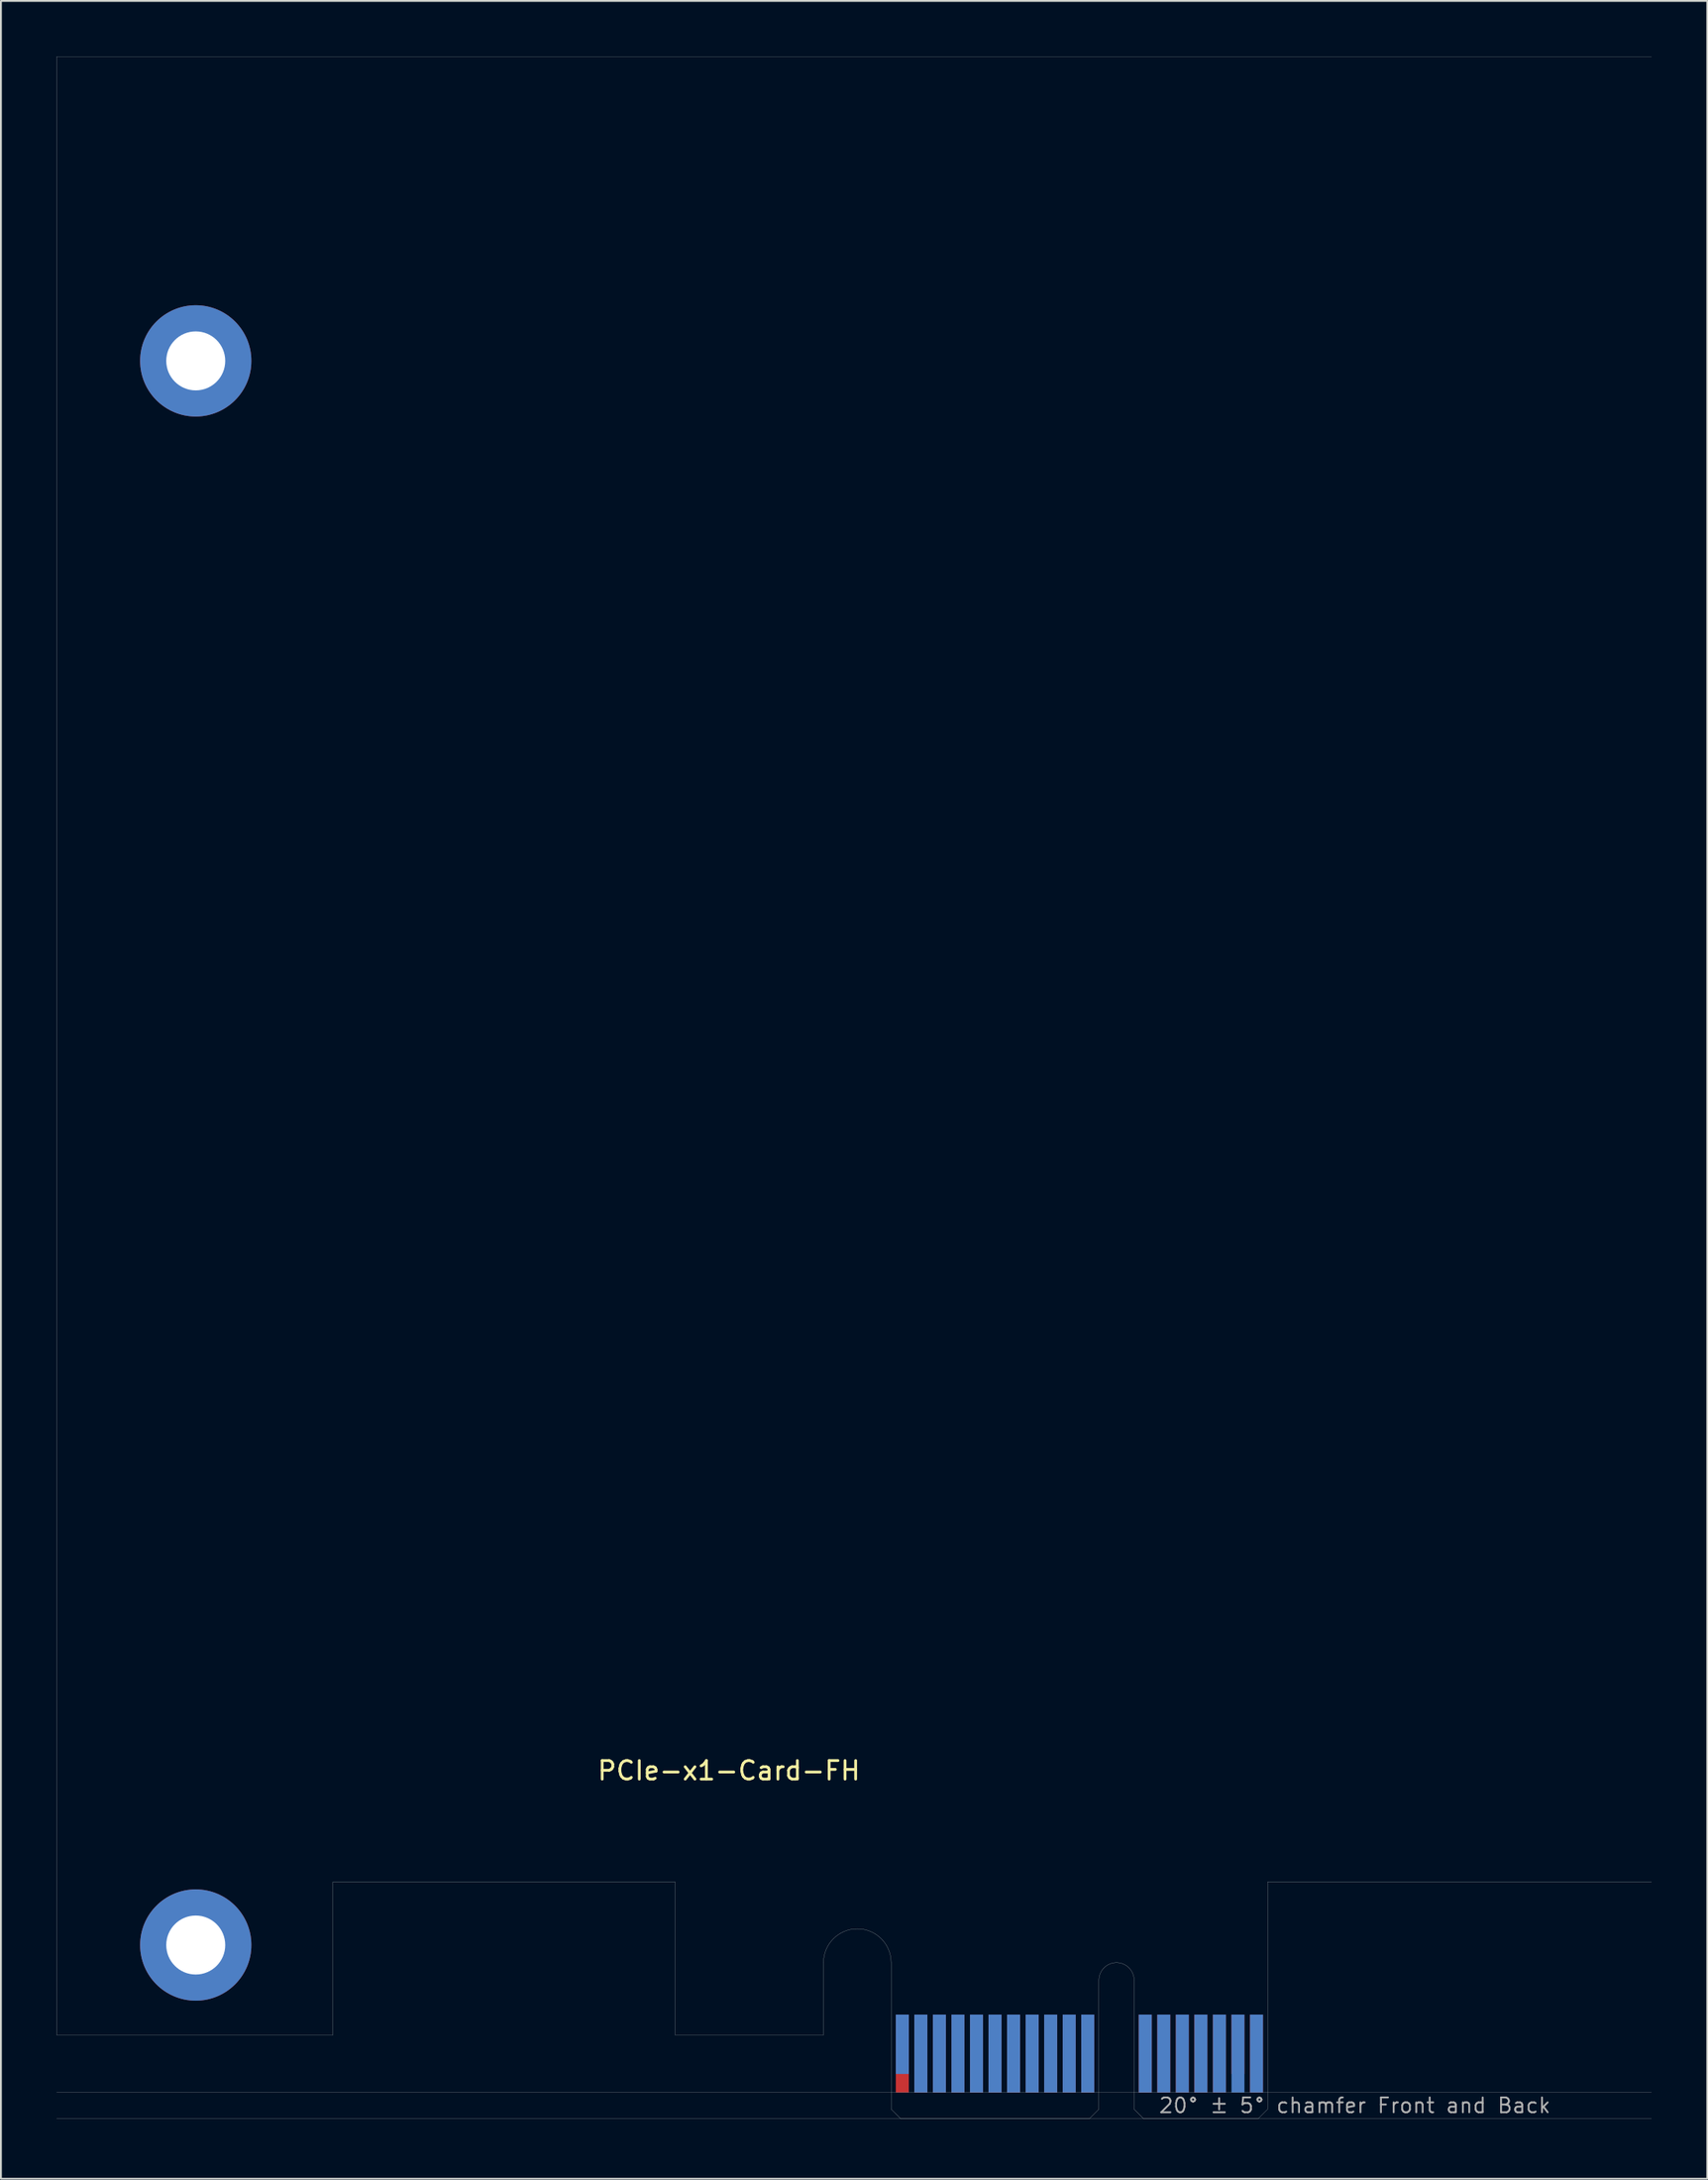
<source format=kicad_pcb>
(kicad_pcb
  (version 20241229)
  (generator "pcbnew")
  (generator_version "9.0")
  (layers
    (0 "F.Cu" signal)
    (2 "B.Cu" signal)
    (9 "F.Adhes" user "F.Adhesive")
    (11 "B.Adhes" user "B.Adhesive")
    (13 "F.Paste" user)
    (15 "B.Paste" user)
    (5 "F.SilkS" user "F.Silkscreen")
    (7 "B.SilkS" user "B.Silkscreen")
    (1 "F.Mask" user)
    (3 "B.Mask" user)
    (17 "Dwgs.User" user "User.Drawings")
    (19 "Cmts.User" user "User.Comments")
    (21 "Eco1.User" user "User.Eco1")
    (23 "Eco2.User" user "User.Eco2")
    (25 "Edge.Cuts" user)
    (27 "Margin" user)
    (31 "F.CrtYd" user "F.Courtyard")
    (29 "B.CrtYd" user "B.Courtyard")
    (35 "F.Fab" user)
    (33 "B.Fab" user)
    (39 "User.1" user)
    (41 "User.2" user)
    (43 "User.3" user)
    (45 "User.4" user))
  (footprint "PCIe-x1-Card-FH"
    (layer "F.Cu")
    (at 45.005 111.155)
    (property "Reference" "PCIe-x1-Card-FH" (at -8.75 -18.75 0) (layer "F.SilkS") (effects (font (size 1 1) (thickness 0.15))))
    (attr smd)
    (fp_poly (pts (xy -3.65 -4.5) (xy -11.65 -4.5) (xy -11.65 -7.95) (xy -3.65 -7.95)) (stroke (width 0.1) (type solid)) (fill yes) (layer "F.Mask"))
    (fp_poly (pts (xy 11.2 -5.45) (xy 0 -5.45) (xy 0 0) (xy 11.2 0)) (stroke (width 0.1) (type solid)) (fill yes) (layer "F.Mask"))
    (fp_poly (pts (xy 20.3 -5.45) (xy 13.1 -5.45) (xy 13.1 0) (xy 20.3 0)) (stroke (width 0.1) (type solid)) (fill yes) (layer "F.Mask"))
    (fp_poly (pts (xy -3.65 -7.95) (xy -11.65 -7.95) (xy -11.65 -4.5) (xy -3.65 -4.5)) (stroke (width 0.1) (type solid)) (fill yes) (layer "B.Mask"))
    (fp_poly (pts (xy 11.2 0) (xy 0 0) (xy 0 -5.45) (xy 11.2 -5.45)) (stroke (width 0.1) (type solid)) (fill yes) (layer "B.Mask"))
    (fp_poly (pts (xy 20.3 -5.45) (xy 13.1 -5.45) (xy 13.1 0) (xy 20.3 0)) (stroke (width 0.1) (type solid)) (fill yes) (layer "B.Mask"))
    (fp_line (start -45 -111.15) (end 41 -111.15) (stroke (width 0.01) (type solid)) (layer "Edge.Cuts"))
    (fp_line (start -45 -4.5) (end -45 -111.15) (stroke (width 0.01) (type solid)) (layer "Edge.Cuts"))
    (fp_line (start -30.1 -12.75) (end -30.1 -4.5) (stroke (width 0.01) (type solid)) (layer "Edge.Cuts"))
    (fp_line (start -30.1 -4.5) (end -45 -4.5) (stroke (width 0.01) (type solid)) (layer "Edge.Cuts"))
    (fp_line (start -11.65 -12.75) (end -30.1 -12.75) (stroke (width 0.01) (type solid)) (layer "Edge.Cuts"))
    (fp_line (start -11.65 -4.5) (end -11.65 -12.75) (stroke (width 0.01) (type solid)) (layer "Edge.Cuts"))
    (fp_line (start -3.65 -4.5) (end -11.65 -4.5) (stroke (width 0.01) (type solid)) (layer "Edge.Cuts"))
    (fp_line (start -3.65 -4.5) (end -3.65 -8.4) (stroke (width 0.01) (type solid)) (layer "Edge.Cuts"))
    (fp_line (start 0 -0.5) (end 0 -8.4) (stroke (width 0.01) (type solid)) (layer "Edge.Cuts"))
    (fp_line (start 0.5 0) (end 0 -0.5) (stroke (width 0.01) (type solid)) (layer "Edge.Cuts"))
    (fp_line (start 0.5 0) (end 10.7 0) (stroke (width 0.01) (type solid)) (layer "Edge.Cuts"))
    (fp_line (start 10.7 0) (end 11.2 -0.5) (stroke (width 0.01) (type solid)) (layer "Edge.Cuts"))
    (fp_line (start 11.2 -0.5) (end 11.2 -7.45) (stroke (width 0.01) (type solid)) (layer "Edge.Cuts"))
    (fp_line (start 13.1 -0.5) (end 13.1 -7.45) (stroke (width 0.01) (type solid)) (layer "Edge.Cuts"))
    (fp_line (start 13.6 0) (end 13.1 -0.5) (stroke (width 0.01) (type solid)) (layer "Edge.Cuts"))
    (fp_line (start 19.8 0) (end 13.6 0) (stroke (width 0.01) (type solid)) (layer "Edge.Cuts"))
    (fp_line (start 19.8 0) (end 20.3 -0.5) (stroke (width 0.01) (type solid)) (layer "Edge.Cuts"))
    (fp_line (start 20.3 -12.75) (end 41 -12.75) (stroke (width 0.01) (type solid)) (layer "Edge.Cuts"))
    (fp_line (start 20.3 -0.5) (end 20.3 -12.75) (stroke (width 0.01) (type solid)) (layer "Edge.Cuts"))
    (fp_arc (start -3.65 -8.4) (mid -1.825 -10.225) (end 0 -8.4) (stroke (width 0.01) (type solid)) (layer "Edge.Cuts"))
    (fp_arc (start 11.2 -7.45) (mid 12.15 -8.4) (end 13.1 -7.45) (stroke (width 0.01) (type solid)) (layer "Edge.Cuts"))
    (fp_line (start -45 -1.4) (end 41 -1.4) (stroke (width 0.01) (type solid)) (layer "F.Fab"))
    (fp_line (start 41 0) (end -45 0) (stroke (width 0.01) (type solid)) (layer "F.Fab"))
    (fp_text user "20° ± 5° chamfer Front and Back" (at 25 -0.7 0) (layer "F.Fab") (effects (font (size 0.8 0.8) (thickness 0.1))))
    (pad "A1" smd rect (at 0.6 -4) (size 0.7 3.2) (layers "B.Cu"))
    (pad "A2" smd rect (at 1.6 -3.5) (size 0.7 4.2) (layers "B.Cu"))
    (pad "A3" smd rect (at 2.6 -3.5) (size 0.7 4.2) (layers "B.Cu"))
    (pad "A4" smd rect (at 3.6 -3.5) (size 0.7 4.2) (layers "B.Cu"))
    (pad "A5" smd rect (at 4.6 -3.5) (size 0.7 4.2) (layers "B.Cu"))
    (pad "A6" smd rect (at 5.6 -3.5) (size 0.7 4.2) (layers "B.Cu"))
    (pad "A7" smd rect (at 6.6 -3.5) (size 0.7 4.2) (layers "B.Cu"))
    (pad "A8" smd rect (at 7.6 -3.5) (size 0.7 4.2) (layers "B.Cu"))
    (pad "A9" smd rect (at 8.6 -3.5) (size 0.7 4.2) (layers "B.Cu"))
    (pad "A10" smd rect (at 9.6 -3.5) (size 0.7 4.2) (layers "B.Cu"))
    (pad "A11" smd rect (at 10.6 -3.5) (size 0.7 4.2) (layers "B.Cu"))
    (pad "A12" smd rect (at 13.7 -3.5) (size 0.7 4.2) (layers "B.Cu"))
    (pad "A13" smd rect (at 14.7 -3.5) (size 0.7 4.2) (layers "B.Cu"))
    (pad "A14" smd rect (at 15.7 -3.5) (size 0.7 4.2) (layers "B.Cu"))
    (pad "A15" smd rect (at 16.7 -3.5) (size 0.7 4.2) (layers "B.Cu"))
    (pad "A16" smd rect (at 17.7 -3.5) (size 0.7 4.2) (layers "B.Cu"))
    (pad "A17" smd rect (at 18.7 -3.5) (size 0.7 4.2) (layers "B.Cu"))
    (pad "A18" smd rect (at 19.7 -3.5) (size 0.7 4.2) (layers "B.Cu"))
    (pad "B1" smd rect (at 0.6 -3.5) (size 0.7 4.2) (layers "F.Cu"))
    (pad "B2" smd rect (at 1.6 -3.5) (size 0.7 4.2) (layers "F.Cu"))
    (pad "B3" smd rect (at 2.6 -3.5) (size 0.7 4.2) (layers "F.Cu"))
    (pad "B4" smd rect (at 3.6 -3.5) (size 0.7 4.2) (layers "F.Cu"))
    (pad "B5" smd rect (at 4.6 -3.5) (size 0.7 4.2) (layers "F.Cu"))
    (pad "B6" smd rect (at 5.6 -3.5) (size 0.7 4.2) (layers "F.Cu"))
    (pad "B7" smd rect (at 6.6 -3.5) (size 0.7 4.2) (layers "F.Cu"))
    (pad "B8" smd rect (at 7.6 -3.5) (size 0.7 4.2) (layers "F.Cu"))
    (pad "B9" smd rect (at 8.6 -3.5) (size 0.7 4.2) (layers "F.Cu"))
    (pad "B10" smd rect (at 9.6 -3.5) (size 0.7 4.2) (layers "F.Cu"))
    (pad "B11" smd rect (at 10.6 -3.5) (size 0.7 4.2) (layers "F.Cu"))
    (pad "B12" smd rect (at 13.7 -3.5) (size 0.7 4.2) (layers "F.Cu"))
    (pad "B13" smd rect (at 14.7 -3.5) (size 0.7 4.2) (layers "F.Cu"))
    (pad "B14" smd rect (at 15.7 -3.5) (size 0.7 4.2) (layers "F.Cu"))
    (pad "B15" smd rect (at 16.7 -3.5) (size 0.7 4.2) (layers "F.Cu"))
    (pad "B16" smd rect (at 17.7 -3.5) (size 0.7 4.2) (layers "F.Cu"))
    (pad "B17" smd rect (at 18.7 -4) (size 0.7 3.2) (layers "F.Cu"))
    (pad "B18" smd rect (at 19.7 -3.5) (size 0.7 4.2) (layers "F.Cu"))
    (pad "G1" thru_hole circle (at -37.5 -94.75) (size 6 6) (drill 3.18) (layers "*.Cu" "*.Mask"))
    (pad "G2" thru_hole circle (at -37.5 -9.35) (size 6 6) (drill 3.18) (layers "*.Cu" "*.Mask")))
  (gr_rect
    (start -3 -3)
    (end 89.01 114.405)
    (stroke (width 0.1) (type default))
    (fill no)
    (layer "Edge.Cuts")))
</source>
